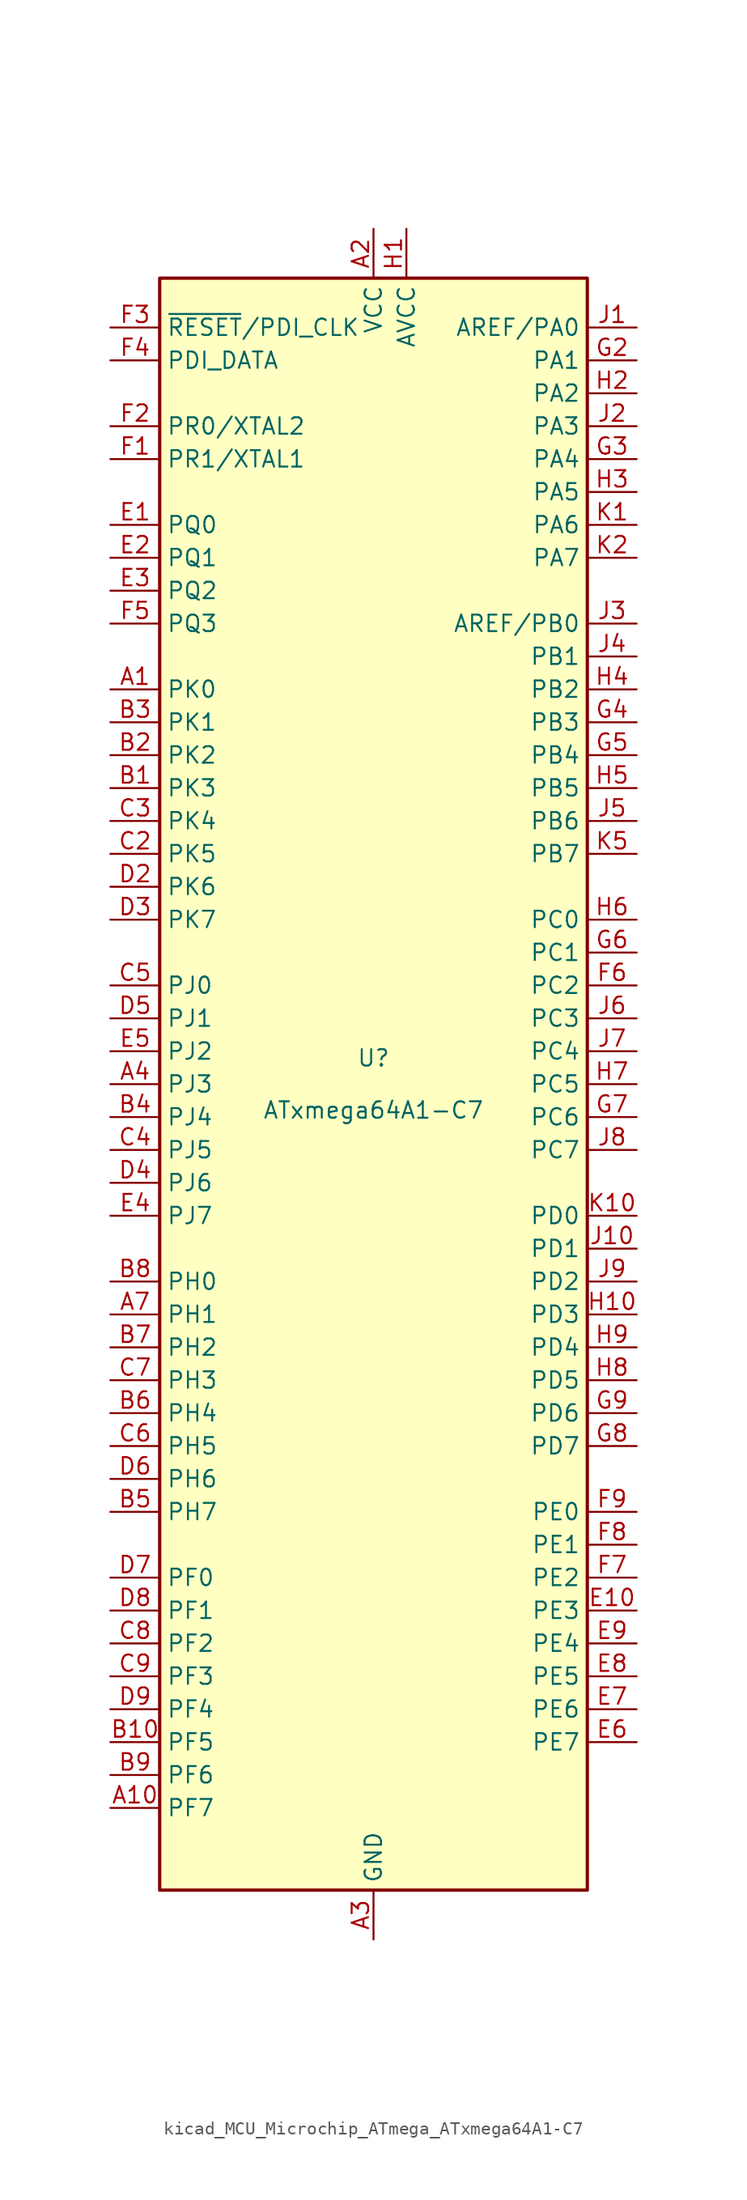
<source format=kicad_sym>
(kicad_symbol_lib
  (version 20220914)
  (generator kicad_symbol_editor)
  (symbol "kicad_MCU_Microchip_ATmega_ATxmega64A1-C7"
    (property "Reference" "U"
      (at 0 1.27 0)
      (effects (font (size 1.27 1.27)) (justify bottom)))
    (property "Value" "ATxmega64A1-C7"
      (at 0 -1.27 0)
      (effects (font (size 1.27 1.27)) (justify top)))
    (symbol "kicad_MCU_Microchip_ATmega_ATxmega64A1-C7_0_1"
      (rectangle (start -16.51 -62.23) (end 16.51 62.23) (stroke (width 0.254) (type default)) (fill (type background))))
    (symbol "kicad_MCU_Microchip_ATmega_ATxmega64A1-C7_1_1"
      (pin bidirectional line (at -20.32 30.48 0) (length 3.81) (name "PK0" (effects (font (size 1.27 1.27)))) (number "A1" (effects (font (size 1.27 1.27)))))
      (pin bidirectional line (at -20.32 -55.88 0) (length 3.81) (name "PF7" (effects (font (size 1.27 1.27)))) (number "A10" (effects (font (size 1.27 1.27)))))
      (pin power_in line (at 0 66.04 270) (length 3.81) (name "VCC" (effects (font (size 1.27 1.27)))) (number "A2" (effects (font (size 1.27 1.27)))))
      (pin power_in line (at 0 -66.04 90) (length 3.81) (name "GND" (effects (font (size 1.27 1.27)))) (number "A3" (effects (font (size 1.27 1.27)))))
      (pin bidirectional line (at -20.32 0 0) (length 3.81) (name "PJ3" (effects (font (size 1.27 1.27)))) (number "A4" (effects (font (size 1.27 1.27)))))
      (pin passive line (at 0 66.04 270) (length 3.81) hide (name "VCC" (effects (font (size 1.27 1.27)))) (number "A5" (effects (font (size 1.27 1.27)))))
      (pin passive line (at 0 -66.04 90) (length 3.81) hide (name "GND" (effects (font (size 1.27 1.27)))) (number "A6" (effects (font (size 1.27 1.27)))))
      (pin bidirectional line (at -20.32 -17.78 0) (length 3.81) (name "PH1" (effects (font (size 1.27 1.27)))) (number "A7" (effects (font (size 1.27 1.27)))))
      (pin passive line (at 0 -66.04 90) (length 3.81) hide (name "GND" (effects (font (size 1.27 1.27)))) (number "A8" (effects (font (size 1.27 1.27)))))
      (pin passive line (at 0 66.04 270) (length 3.81) hide (name "VCC" (effects (font (size 1.27 1.27)))) (number "A9" (effects (font (size 1.27 1.27)))))
      (pin bidirectional line (at -20.32 22.86 0) (length 3.81) (name "PK3" (effects (font (size 1.27 1.27)))) (number "B1" (effects (font (size 1.27 1.27)))))
      (pin bidirectional line (at -20.32 -50.8 0) (length 3.81) (name "PF5" (effects (font (size 1.27 1.27)))) (number "B10" (effects (font (size 1.27 1.27)))))
      (pin bidirectional line (at -20.32 25.4 0) (length 3.81) (name "PK2" (effects (font (size 1.27 1.27)))) (number "B2" (effects (font (size 1.27 1.27)))))
      (pin bidirectional line (at -20.32 27.94 0) (length 3.81) (name "PK1" (effects (font (size 1.27 1.27)))) (number "B3" (effects (font (size 1.27 1.27)))))
      (pin bidirectional line (at -20.32 -2.54 0) (length 3.81) (name "PJ4" (effects (font (size 1.27 1.27)))) (number "B4" (effects (font (size 1.27 1.27)))))
      (pin bidirectional line (at -20.32 -33.02 0) (length 3.81) (name "PH7" (effects (font (size 1.27 1.27)))) (number "B5" (effects (font (size 1.27 1.27)))))
      (pin bidirectional line (at -20.32 -25.4 0) (length 3.81) (name "PH4" (effects (font (size 1.27 1.27)))) (number "B6" (effects (font (size 1.27 1.27)))))
      (pin bidirectional line (at -20.32 -20.32 0) (length 3.81) (name "PH2" (effects (font (size 1.27 1.27)))) (number "B7" (effects (font (size 1.27 1.27)))))
      (pin bidirectional line (at -20.32 -15.24 0) (length 3.81) (name "PH0" (effects (font (size 1.27 1.27)))) (number "B8" (effects (font (size 1.27 1.27)))))
      (pin bidirectional line (at -20.32 -53.34 0) (length 3.81) (name "PF6" (effects (font (size 1.27 1.27)))) (number "B9" (effects (font (size 1.27 1.27)))))
      (pin passive line (at 0 66.04 270) (length 3.81) hide (name "VCC" (effects (font (size 1.27 1.27)))) (number "C1" (effects (font (size 1.27 1.27)))))
      (pin passive line (at 0 66.04 270) (length 3.81) hide (name "VCC" (effects (font (size 1.27 1.27)))) (number "C10" (effects (font (size 1.27 1.27)))))
      (pin bidirectional line (at -20.32 17.78 0) (length 3.81) (name "PK5" (effects (font (size 1.27 1.27)))) (number "C2" (effects (font (size 1.27 1.27)))))
      (pin bidirectional line (at -20.32 20.32 0) (length 3.81) (name "PK4" (effects (font (size 1.27 1.27)))) (number "C3" (effects (font (size 1.27 1.27)))))
      (pin bidirectional line (at -20.32 -5.08 0) (length 3.81) (name "PJ5" (effects (font (size 1.27 1.27)))) (number "C4" (effects (font (size 1.27 1.27)))))
      (pin bidirectional line (at -20.32 7.62 0) (length 3.81) (name "PJ0" (effects (font (size 1.27 1.27)))) (number "C5" (effects (font (size 1.27 1.27)))))
      (pin bidirectional line (at -20.32 -27.94 0) (length 3.81) (name "PH5" (effects (font (size 1.27 1.27)))) (number "C6" (effects (font (size 1.27 1.27)))))
      (pin bidirectional line (at -20.32 -22.86 0) (length 3.81) (name "PH3" (effects (font (size 1.27 1.27)))) (number "C7" (effects (font (size 1.27 1.27)))))
      (pin bidirectional line (at -20.32 -43.18 0) (length 3.81) (name "PF2" (effects (font (size 1.27 1.27)))) (number "C8" (effects (font (size 1.27 1.27)))))
      (pin bidirectional line (at -20.32 -45.72 0) (length 3.81) (name "PF3" (effects (font (size 1.27 1.27)))) (number "C9" (effects (font (size 1.27 1.27)))))
      (pin passive line (at 0 -66.04 90) (length 3.81) hide (name "GND" (effects (font (size 1.27 1.27)))) (number "D1" (effects (font (size 1.27 1.27)))))
      (pin passive line (at 0 -66.04 90) (length 3.81) hide (name "GND" (effects (font (size 1.27 1.27)))) (number "D10" (effects (font (size 1.27 1.27)))))
      (pin bidirectional line (at -20.32 15.24 0) (length 3.81) (name "PK6" (effects (font (size 1.27 1.27)))) (number "D2" (effects (font (size 1.27 1.27)))))
      (pin bidirectional line (at -20.32 12.7 0) (length 3.81) (name "PK7" (effects (font (size 1.27 1.27)))) (number "D3" (effects (font (size 1.27 1.27)))))
      (pin bidirectional line (at -20.32 -7.62 0) (length 3.81) (name "PJ6" (effects (font (size 1.27 1.27)))) (number "D4" (effects (font (size 1.27 1.27)))))
      (pin bidirectional line (at -20.32 5.08 0) (length 3.81) (name "PJ1" (effects (font (size 1.27 1.27)))) (number "D5" (effects (font (size 1.27 1.27)))))
      (pin bidirectional line (at -20.32 -30.48 0) (length 3.81) (name "PH6" (effects (font (size 1.27 1.27)))) (number "D6" (effects (font (size 1.27 1.27)))))
      (pin bidirectional line (at -20.32 -38.1 0) (length 3.81) (name "PF0" (effects (font (size 1.27 1.27)))) (number "D7" (effects (font (size 1.27 1.27)))))
      (pin bidirectional line (at -20.32 -40.64 0) (length 3.81) (name "PF1" (effects (font (size 1.27 1.27)))) (number "D8" (effects (font (size 1.27 1.27)))))
      (pin bidirectional line (at -20.32 -48.26 0) (length 3.81) (name "PF4" (effects (font (size 1.27 1.27)))) (number "D9" (effects (font (size 1.27 1.27)))))
      (pin bidirectional line (at -20.32 43.18 0) (length 3.81) (name "PQ0" (effects (font (size 1.27 1.27)))) (number "E1" (effects (font (size 1.27 1.27)))))
      (pin bidirectional line (at 20.32 -40.64 180) (length 3.81) (name "PE3" (effects (font (size 1.27 1.27)))) (number "E10" (effects (font (size 1.27 1.27)))))
      (pin bidirectional line (at -20.32 40.64 0) (length 3.81) (name "PQ1" (effects (font (size 1.27 1.27)))) (number "E2" (effects (font (size 1.27 1.27)))))
      (pin bidirectional line (at -20.32 38.1 0) (length 3.81) (name "PQ2" (effects (font (size 1.27 1.27)))) (number "E3" (effects (font (size 1.27 1.27)))))
      (pin bidirectional line (at -20.32 -10.16 0) (length 3.81) (name "PJ7" (effects (font (size 1.27 1.27)))) (number "E4" (effects (font (size 1.27 1.27)))))
      (pin bidirectional line (at -20.32 2.54 0) (length 3.81) (name "PJ2" (effects (font (size 1.27 1.27)))) (number "E5" (effects (font (size 1.27 1.27)))))
      (pin bidirectional line (at 20.32 -50.8 180) (length 3.81) (name "PE7" (effects (font (size 1.27 1.27)))) (number "E6" (effects (font (size 1.27 1.27)))))
      (pin bidirectional line (at 20.32 -48.26 180) (length 3.81) (name "PE6" (effects (font (size 1.27 1.27)))) (number "E7" (effects (font (size 1.27 1.27)))))
      (pin bidirectional line (at 20.32 -45.72 180) (length 3.81) (name "PE5" (effects (font (size 1.27 1.27)))) (number "E8" (effects (font (size 1.27 1.27)))))
      (pin bidirectional line (at 20.32 -43.18 180) (length 3.81) (name "PE4" (effects (font (size 1.27 1.27)))) (number "E9" (effects (font (size 1.27 1.27)))))
      (pin bidirectional line (at -20.32 48.26 0) (length 3.81) (name "PR1/XTAL1" (effects (font (size 1.27 1.27)))) (number "F1" (effects (font (size 1.27 1.27)))))
      (pin passive line (at 0 66.04 270) (length 3.81) hide (name "VCC" (effects (font (size 1.27 1.27)))) (number "F10" (effects (font (size 1.27 1.27)))))
      (pin bidirectional line (at -20.32 50.8 0) (length 3.81) (name "PR0/XTAL2" (effects (font (size 1.27 1.27)))) (number "F2" (effects (font (size 1.27 1.27)))))
      (pin input line (at -20.32 58.42 0) (length 3.81) (name "~{RESET}/PDI_CLK" (effects (font (size 1.27 1.27)))) (number "F3" (effects (font (size 1.27 1.27)))))
      (pin bidirectional line (at -20.32 55.88 0) (length 3.81) (name "PDI_DATA" (effects (font (size 1.27 1.27)))) (number "F4" (effects (font (size 1.27 1.27)))))
      (pin bidirectional line (at -20.32 35.56 0) (length 3.81) (name "PQ3" (effects (font (size 1.27 1.27)))) (number "F5" (effects (font (size 1.27 1.27)))))
      (pin bidirectional line (at 20.32 7.62 180) (length 3.81) (name "PC2" (effects (font (size 1.27 1.27)))) (number "F6" (effects (font (size 1.27 1.27)))))
      (pin bidirectional line (at 20.32 -38.1 180) (length 3.81) (name "PE2" (effects (font (size 1.27 1.27)))) (number "F7" (effects (font (size 1.27 1.27)))))
      (pin bidirectional line (at 20.32 -35.56 180) (length 3.81) (name "PE1" (effects (font (size 1.27 1.27)))) (number "F8" (effects (font (size 1.27 1.27)))))
      (pin bidirectional line (at 20.32 -33.02 180) (length 3.81) (name "PE0" (effects (font (size 1.27 1.27)))) (number "F9" (effects (font (size 1.27 1.27)))))
      (pin passive line (at 0 -66.04 90) (length 3.81) hide (name "GND" (effects (font (size 1.27 1.27)))) (number "G1" (effects (font (size 1.27 1.27)))))
      (pin passive line (at 0 -66.04 90) (length 3.81) hide (name "GND" (effects (font (size 1.27 1.27)))) (number "G10" (effects (font (size 1.27 1.27)))))
      (pin bidirectional line (at 20.32 55.88 180) (length 3.81) (name "PA1" (effects (font (size 1.27 1.27)))) (number "G2" (effects (font (size 1.27 1.27)))))
      (pin bidirectional line (at 20.32 48.26 180) (length 3.81) (name "PA4" (effects (font (size 1.27 1.27)))) (number "G3" (effects (font (size 1.27 1.27)))))
      (pin bidirectional line (at 20.32 27.94 180) (length 3.81) (name "PB3" (effects (font (size 1.27 1.27)))) (number "G4" (effects (font (size 1.27 1.27)))))
      (pin bidirectional line (at 20.32 25.4 180) (length 3.81) (name "PB4" (effects (font (size 1.27 1.27)))) (number "G5" (effects (font (size 1.27 1.27)))))
      (pin bidirectional line (at 20.32 10.16 180) (length 3.81) (name "PC1" (effects (font (size 1.27 1.27)))) (number "G6" (effects (font (size 1.27 1.27)))))
      (pin bidirectional line (at 20.32 -2.54 180) (length 3.81) (name "PC6" (effects (font (size 1.27 1.27)))) (number "G7" (effects (font (size 1.27 1.27)))))
      (pin bidirectional line (at 20.32 -27.94 180) (length 3.81) (name "PD7" (effects (font (size 1.27 1.27)))) (number "G8" (effects (font (size 1.27 1.27)))))
      (pin bidirectional line (at 20.32 -25.4 180) (length 3.81) (name "PD6" (effects (font (size 1.27 1.27)))) (number "G9" (effects (font (size 1.27 1.27)))))
      (pin power_in line (at 2.54 66.04 270) (length 3.81) (name "AVCC" (effects (font (size 1.27 1.27)))) (number "H1" (effects (font (size 1.27 1.27)))))
      (pin bidirectional line (at 20.32 -17.78 180) (length 3.81) (name "PD3" (effects (font (size 1.27 1.27)))) (number "H10" (effects (font (size 1.27 1.27)))))
      (pin bidirectional line (at 20.32 53.34 180) (length 3.81) (name "PA2" (effects (font (size 1.27 1.27)))) (number "H2" (effects (font (size 1.27 1.27)))))
      (pin bidirectional line (at 20.32 45.72 180) (length 3.81) (name "PA5" (effects (font (size 1.27 1.27)))) (number "H3" (effects (font (size 1.27 1.27)))))
      (pin bidirectional line (at 20.32 30.48 180) (length 3.81) (name "PB2" (effects (font (size 1.27 1.27)))) (number "H4" (effects (font (size 1.27 1.27)))))
      (pin bidirectional line (at 20.32 22.86 180) (length 3.81) (name "PB5" (effects (font (size 1.27 1.27)))) (number "H5" (effects (font (size 1.27 1.27)))))
      (pin bidirectional line (at 20.32 12.7 180) (length 3.81) (name "PC0" (effects (font (size 1.27 1.27)))) (number "H6" (effects (font (size 1.27 1.27)))))
      (pin bidirectional line (at 20.32 0 180) (length 3.81) (name "PC5" (effects (font (size 1.27 1.27)))) (number "H7" (effects (font (size 1.27 1.27)))))
      (pin bidirectional line (at 20.32 -22.86 180) (length 3.81) (name "PD5" (effects (font (size 1.27 1.27)))) (number "H8" (effects (font (size 1.27 1.27)))))
      (pin bidirectional line (at 20.32 -20.32 180) (length 3.81) (name "PD4" (effects (font (size 1.27 1.27)))) (number "H9" (effects (font (size 1.27 1.27)))))
      (pin bidirectional line (at 20.32 58.42 180) (length 3.81) (name "AREF/PA0" (effects (font (size 1.27 1.27)))) (number "J1" (effects (font (size 1.27 1.27)))))
      (pin bidirectional line (at 20.32 -12.7 180) (length 3.81) (name "PD1" (effects (font (size 1.27 1.27)))) (number "J10" (effects (font (size 1.27 1.27)))))
      (pin bidirectional line (at 20.32 50.8 180) (length 3.81) (name "PA3" (effects (font (size 1.27 1.27)))) (number "J2" (effects (font (size 1.27 1.27)))))
      (pin bidirectional line (at 20.32 35.56 180) (length 3.81) (name "AREF/PB0" (effects (font (size 1.27 1.27)))) (number "J3" (effects (font (size 1.27 1.27)))))
      (pin bidirectional line (at 20.32 33.02 180) (length 3.81) (name "PB1" (effects (font (size 1.27 1.27)))) (number "J4" (effects (font (size 1.27 1.27)))))
      (pin bidirectional line (at 20.32 20.32 180) (length 3.81) (name "PB6" (effects (font (size 1.27 1.27)))) (number "J5" (effects (font (size 1.27 1.27)))))
      (pin bidirectional line (at 20.32 5.08 180) (length 3.81) (name "PC3" (effects (font (size 1.27 1.27)))) (number "J6" (effects (font (size 1.27 1.27)))))
      (pin bidirectional line (at 20.32 2.54 180) (length 3.81) (name "PC4" (effects (font (size 1.27 1.27)))) (number "J7" (effects (font (size 1.27 1.27)))))
      (pin bidirectional line (at 20.32 -5.08 180) (length 3.81) (name "PC7" (effects (font (size 1.27 1.27)))) (number "J8" (effects (font (size 1.27 1.27)))))
      (pin bidirectional line (at 20.32 -15.24 180) (length 3.81) (name "PD2" (effects (font (size 1.27 1.27)))) (number "J9" (effects (font (size 1.27 1.27)))))
      (pin bidirectional line (at 20.32 43.18 180) (length 3.81) (name "PA6" (effects (font (size 1.27 1.27)))) (number "K1" (effects (font (size 1.27 1.27)))))
      (pin bidirectional line (at 20.32 -10.16 180) (length 3.81) (name "PD0" (effects (font (size 1.27 1.27)))) (number "K10" (effects (font (size 1.27 1.27)))))
      (pin bidirectional line (at 20.32 40.64 180) (length 3.81) (name "PA7" (effects (font (size 1.27 1.27)))) (number "K2" (effects (font (size 1.27 1.27)))))
      (pin passive line (at 0 -66.04 90) (length 3.81) hide (name "GND" (effects (font (size 1.27 1.27)))) (number "K3" (effects (font (size 1.27 1.27)))))
      (pin passive line (at 2.54 66.04 270) (length 3.81) hide (name "AVCC" (effects (font (size 1.27 1.27)))) (number "K4" (effects (font (size 1.27 1.27)))))
      (pin bidirectional line (at 20.32 17.78 180) (length 3.81) (name "PB7" (effects (font (size 1.27 1.27)))) (number "K5" (effects (font (size 1.27 1.27)))))
      (pin passive line (at 0 66.04 270) (length 3.81) hide (name "VCC" (effects (font (size 1.27 1.27)))) (number "K6" (effects (font (size 1.27 1.27)))))
      (pin passive line (at 0 -66.04 90) (length 3.81) hide (name "GND" (effects (font (size 1.27 1.27)))) (number "K7" (effects (font (size 1.27 1.27)))))
      (pin passive line (at 0 66.04 270) (length 3.81) hide (name "VCC" (effects (font (size 1.27 1.27)))) (number "K8" (effects (font (size 1.27 1.27)))))
      (pin passive line (at 0 -66.04 90) (length 3.81) hide (name "GND" (effects (font (size 1.27 1.27)))) (number "K9" (effects (font (size 1.27 1.27))))))))
</source>
